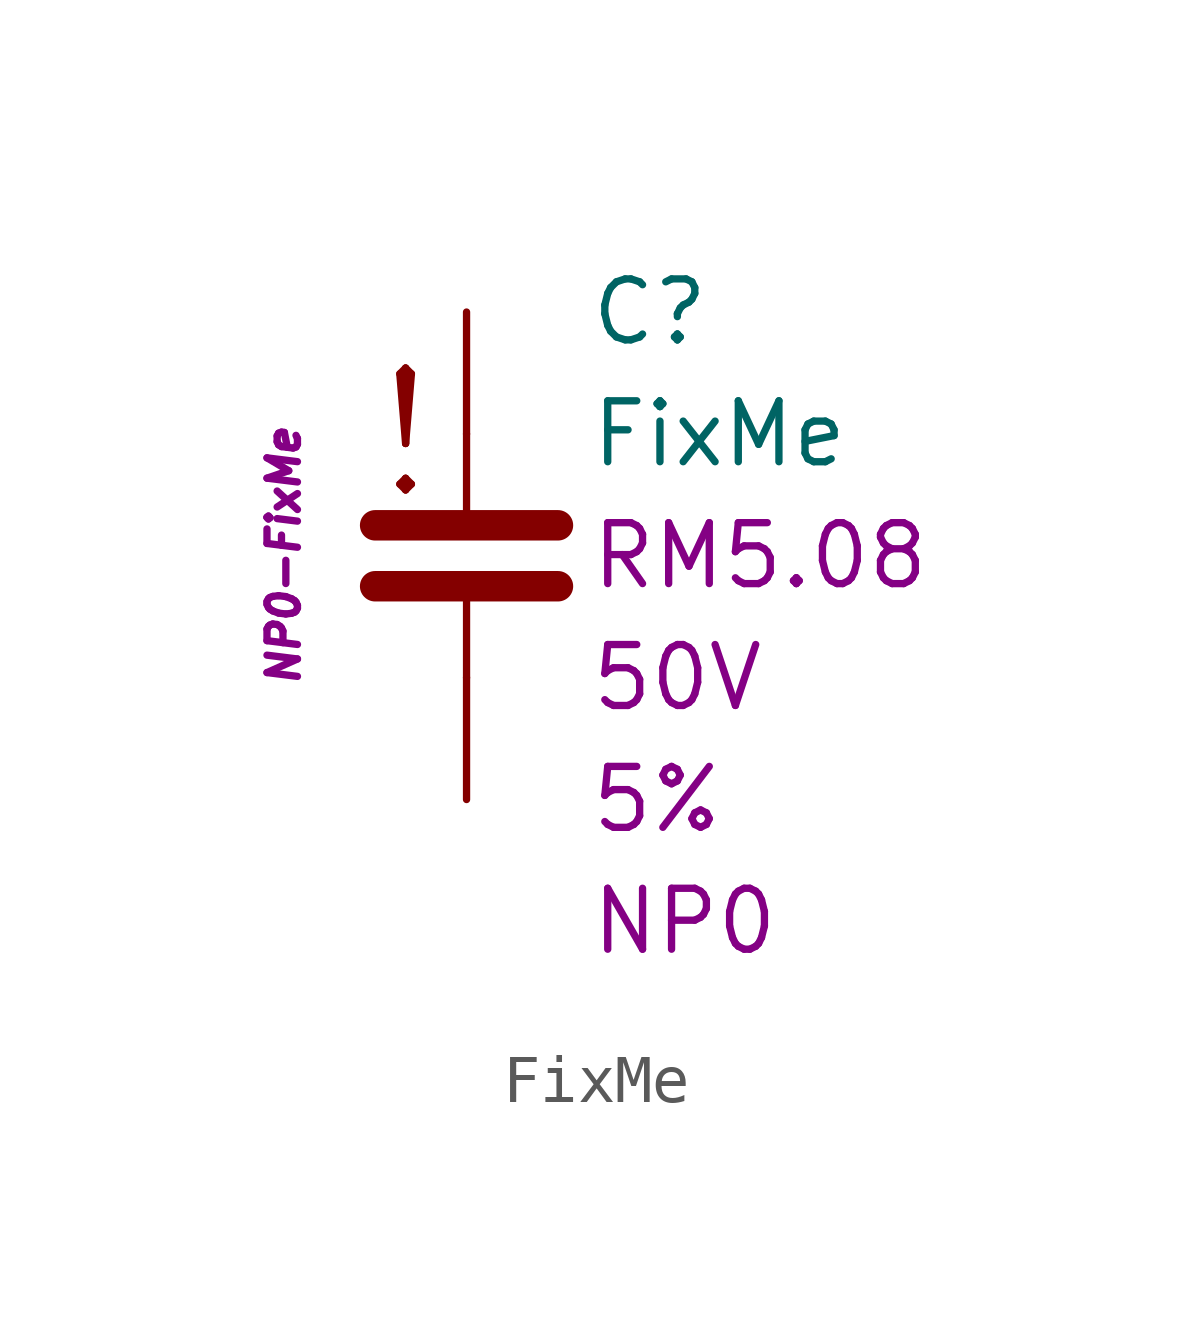
<source format=kicad_sym>
(kicad_symbol_lib
  (version 20231120)
  (generator "kicad_symbol_editor")
  (generator_version "8.0")
  (symbol "FixMe"
    (pin_numbers hide)
    (pin_names
      (offset 1.016) hide)
    (property "Reference" "C"
      (at 2.54 5.08 0)
      (effects (font (size 1.27 1.27)) (justify left)))
    (property "Value" "FixMe"
      (at 2.54 2.54 0)
      (effects (font (size 1.27 1.27)) (justify left)))
    (property "Package" "RM5.08"
      (at 2.54 0 0)
      (effects (font (size 1.27 1.27)) (justify left)))
    (property "Voltage" "50V"
      (at 2.54 -2.54 0)
      (effects (font (size 1.27 1.27)) (justify left)))
    (property "Tolerance" "5%"
      (at 2.54 -5.08 0)
      (effects (font (size 1.27 1.27)) (justify left)))
    (property "Dielectric" "NP0"
      (at 2.54 -7.62 0)
      (effects (font (size 1.27 1.27)) (justify left)))
    (property "MPN" "NP0-FixMe"
      (at -3.81 0 90)
      (effects (font (size 0.635 0.635) (italic yes))))
    (symbol "FixMe_0_0"
      (text "!" (at -1.27 2.54 0) (effects (font (size 2.54 2.54)))))
    (symbol "FixMe_0_1"
      (polyline (pts (xy -1.905 -0.635) (xy 1.905 -0.635)) (stroke (width 0.635) (type default)) (fill (type none)))
      (polyline (pts (xy -1.905 0.635) (xy 1.905 0.635)) (stroke (width 0.635) (type default)) (fill (type none)))
      (polyline (pts (xy 0 -2.54) (xy 0 -0.635)) (stroke (width 0.152) (type default)) (fill (type none)))
      (polyline (pts (xy 0 0.635) (xy 0 2.54)) (stroke (width 0.152) (type default)) (fill (type none))))
    (symbol "FixMe_1_1"
      (pin passive line (at 0 5.08 270) (length 2.54) (name "~" (effects (font (size 1.778 1.778)))) (number "1" (effects (font (size 1.778 1.778)))))
      (pin passive line (at 0 -5.08 90) (length 2.54) (name "~" (effects (font (size 1.778 1.778)))) (number "2" (effects (font (size 1.778 1.778))))))))
</source>
